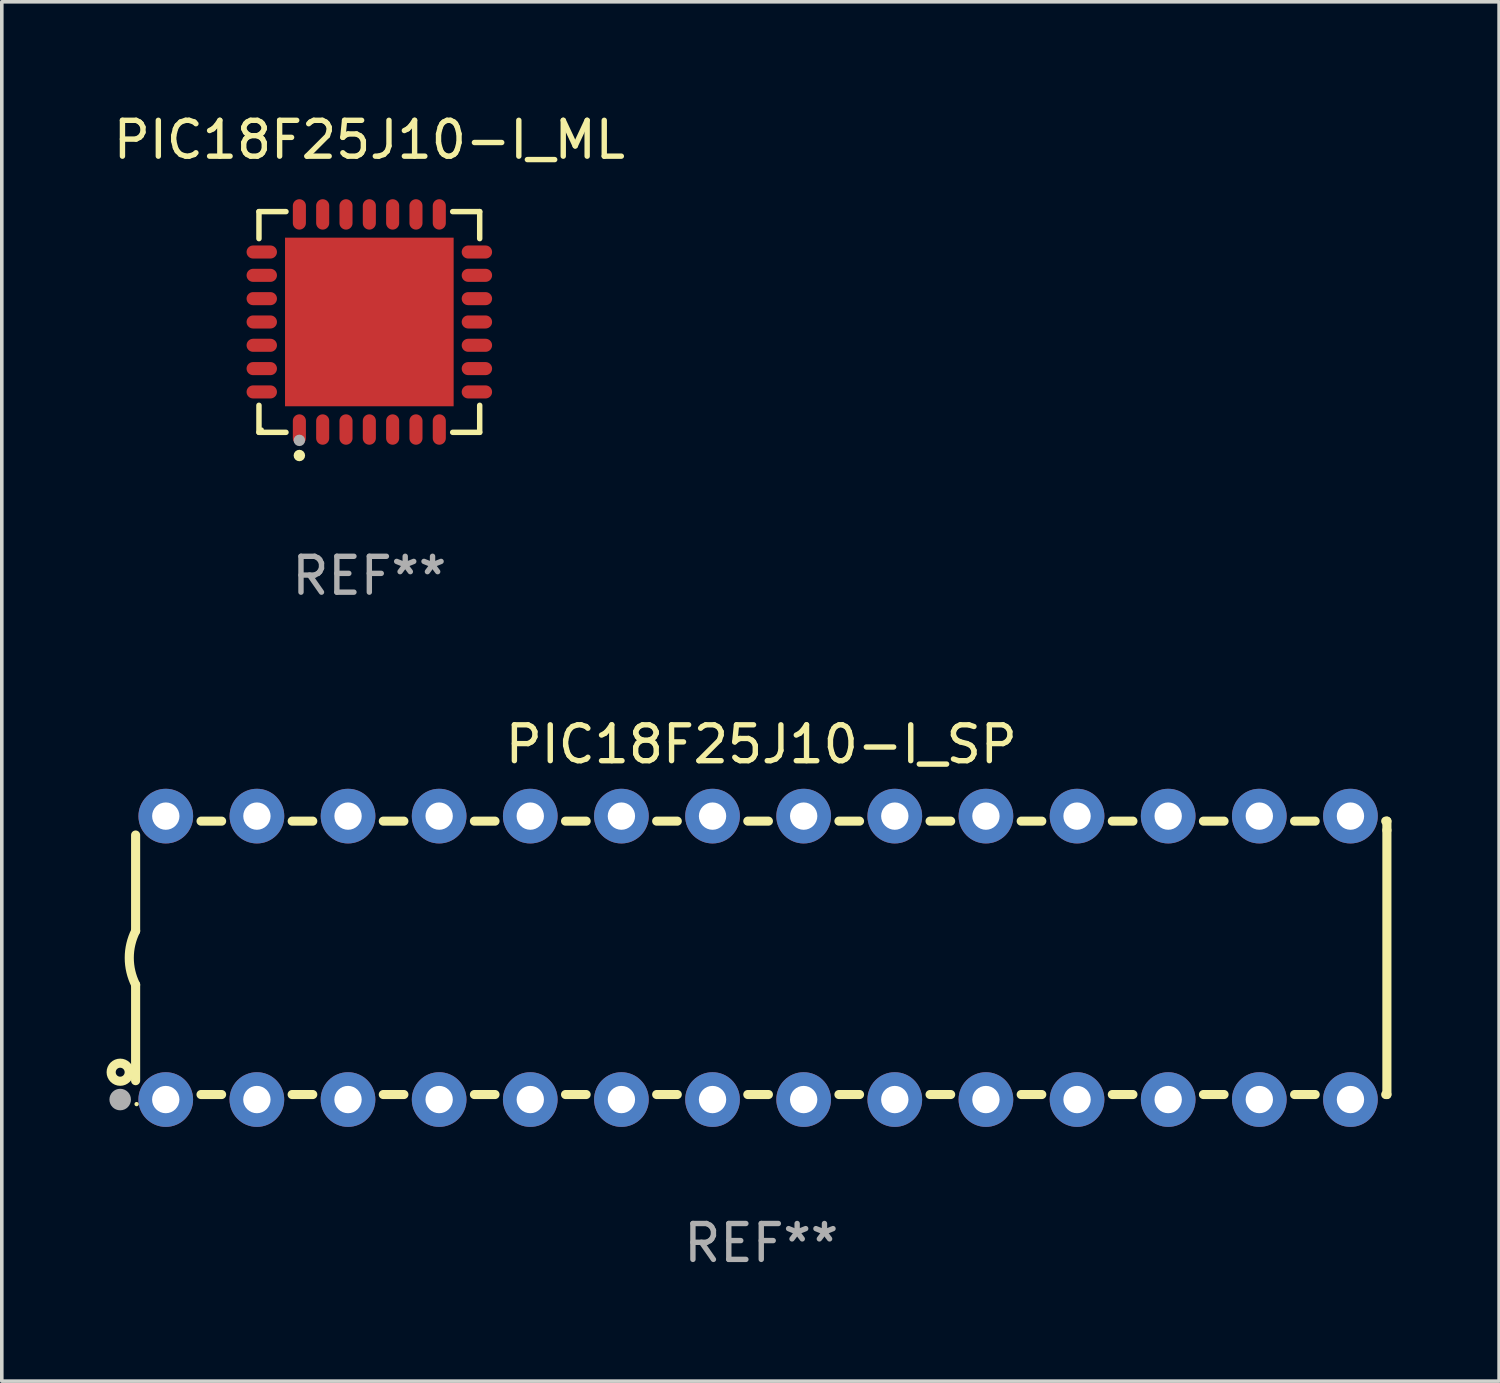
<source format=kicad_pcb>
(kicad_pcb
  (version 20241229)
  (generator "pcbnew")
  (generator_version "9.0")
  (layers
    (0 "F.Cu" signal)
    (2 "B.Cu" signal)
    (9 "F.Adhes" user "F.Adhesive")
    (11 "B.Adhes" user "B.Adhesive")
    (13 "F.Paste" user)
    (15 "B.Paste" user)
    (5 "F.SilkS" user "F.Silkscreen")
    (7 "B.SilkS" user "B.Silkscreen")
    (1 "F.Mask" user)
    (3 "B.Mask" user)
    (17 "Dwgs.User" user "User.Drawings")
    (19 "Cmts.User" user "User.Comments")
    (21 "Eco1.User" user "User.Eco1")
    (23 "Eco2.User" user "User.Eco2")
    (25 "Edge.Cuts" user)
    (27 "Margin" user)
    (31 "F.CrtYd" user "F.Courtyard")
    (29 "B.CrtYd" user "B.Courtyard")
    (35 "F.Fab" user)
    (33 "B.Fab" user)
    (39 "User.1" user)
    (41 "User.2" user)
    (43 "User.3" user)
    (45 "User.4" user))
  (footprint "PIC18F25J10-I_ML"
    (layer "F.Cu")
    (at 7.244 5.924)
    (property "Reference" "PIC18F25J10-I_ML" (at 0 -5.076 0) (layer "F.SilkS") (effects (font (size 1 1) (thickness 0.15))))
    (attr through_hole)
    (fp_line (start -3.076 -3.076) (end -2.323 -3.076) (stroke (width 0.152) (type solid)) (layer "F.SilkS"))
    (fp_line (start -3.076 -2.323) (end -3.076 -3.076) (stroke (width 0.152) (type solid)) (layer "F.SilkS"))
    (fp_line (start -3.076 2.323) (end -3.076 3.076) (stroke (width 0.152) (type solid)) (layer "F.SilkS"))
    (fp_line (start -3.076 3.076) (end -2.323 3.076) (stroke (width 0.152) (type solid)) (layer "F.SilkS"))
    (fp_line (start 3.076 -3.076) (end 2.323 -3.076) (stroke (width 0.152) (type solid)) (layer "F.SilkS"))
    (fp_line (start 3.076 -2.323) (end 3.076 -3.076) (stroke (width 0.152) (type solid)) (layer "F.SilkS"))
    (fp_line (start 3.076 2.323) (end 3.076 3.076) (stroke (width 0.152) (type solid)) (layer "F.SilkS"))
    (fp_line (start 3.076 3.076) (end 2.323 3.076) (stroke (width 0.152) (type solid)) (layer "F.SilkS"))
    (fp_circle (center -3 3) (end -2.97 3) (stroke (width 0.06) (type solid)) (fill no) (layer "F.SilkS"))
    (fp_circle (center -1.95 3.722) (end -1.87 3.722) (stroke (width 0.16) (type solid)) (fill no) (layer "F.SilkS"))
    (fp_circle (center -1.95 3.3) (end -1.87 3.3) (stroke (width 0.16) (type solid)) (fill no) (layer "F.Fab"))
    (fp_text user "REF**" (at 0 7.076 0) (layer "F.Fab") (effects (font (size 1 1) (thickness 0.15))))
    (pad "1" smd oval (at -1.95 2.998) (size 0.364 0.847) (layers "F.Cu" "F.Mask" "F.Paste"))
    (pad "2" smd oval (at -1.3 2.998) (size 0.364 0.847) (layers "F.Cu" "F.Mask" "F.Paste"))
    (pad "3" smd oval (at -0.65 2.998) (size 0.364 0.847) (layers "F.Cu" "F.Mask" "F.Paste"))
    (pad "4" smd oval (at 0 2.998) (size 0.364 0.847) (layers "F.Cu" "F.Mask" "F.Paste"))
    (pad "5" smd oval (at 0.65 2.998) (size 0.364 0.847) (layers "F.Cu" "F.Mask" "F.Paste"))
    (pad "6" smd oval (at 1.3 2.998) (size 0.364 0.847) (layers "F.Cu" "F.Mask" "F.Paste"))
    (pad "7" smd oval (at 1.95 2.998) (size 0.364 0.847) (layers "F.Cu" "F.Mask" "F.Paste"))
    (pad "8" smd oval (at 2.998 1.95) (size 0.847 0.364) (layers "F.Cu" "F.Mask" "F.Paste"))
    (pad "9" smd oval (at 2.998 1.3) (size 0.847 0.364) (layers "F.Cu" "F.Mask" "F.Paste"))
    (pad "10" smd oval (at 2.998 0.65) (size 0.847 0.364) (layers "F.Cu" "F.Mask" "F.Paste"))
    (pad "11" smd oval (at 2.998 0) (size 0.847 0.364) (layers "F.Cu" "F.Mask" "F.Paste"))
    (pad "12" smd oval (at 2.998 -0.65) (size 0.847 0.364) (layers "F.Cu" "F.Mask" "F.Paste"))
    (pad "13" smd oval (at 2.998 -1.3) (size 0.847 0.364) (layers "F.Cu" "F.Mask" "F.Paste"))
    (pad "14" smd oval (at 2.998 -1.95) (size 0.847 0.364) (layers "F.Cu" "F.Mask" "F.Paste"))
    (pad "15" smd oval (at 1.95 -2.998) (size 0.364 0.847) (layers "F.Cu" "F.Mask" "F.Paste"))
    (pad "16" smd oval (at 1.3 -2.998) (size 0.364 0.847) (layers "F.Cu" "F.Mask" "F.Paste"))
    (pad "17" smd oval (at 0.65 -2.998) (size 0.364 0.847) (layers "F.Cu" "F.Mask" "F.Paste"))
    (pad "18" smd oval (at 0 -2.998) (size 0.364 0.847) (layers "F.Cu" "F.Mask" "F.Paste"))
    (pad "19" smd oval (at -0.65 -2.998) (size 0.364 0.847) (layers "F.Cu" "F.Mask" "F.Paste"))
    (pad "20" smd oval (at -1.3 -2.998) (size 0.364 0.847) (layers "F.Cu" "F.Mask" "F.Paste"))
    (pad "21" smd oval (at -1.95 -2.998) (size 0.364 0.847) (layers "F.Cu" "F.Mask" "F.Paste"))
    (pad "22" smd oval (at -2.998 -1.95) (size 0.847 0.364) (layers "F.Cu" "F.Mask" "F.Paste"))
    (pad "23" smd oval (at -2.998 -1.3) (size 0.847 0.364) (layers "F.Cu" "F.Mask" "F.Paste"))
    (pad "24" smd oval (at -2.998 -0.65) (size 0.847 0.364) (layers "F.Cu" "F.Mask" "F.Paste"))
    (pad "25" smd oval (at -2.998 0) (size 0.847 0.364) (layers "F.Cu" "F.Mask" "F.Paste"))
    (pad "26" smd oval (at -2.998 0.65) (size 0.847 0.364) (layers "F.Cu" "F.Mask" "F.Paste"))
    (pad "27" smd oval (at -2.998 1.3) (size 0.847 0.364) (layers "F.Cu" "F.Mask" "F.Paste"))
    (pad "28" smd oval (at -2.998 1.95) (size 0.847 0.364) (layers "F.Cu" "F.Mask" "F.Paste"))
    (pad "29" smd rect (at 0 0) (size 4.7 4.7) (layers "F.Cu" "F.Mask" "F.Paste")))
  (footprint "PIC18F25J10-I_SP"
    (layer "F.Cu")
    (at 18.168 23.647)
    (property "Reference" "PIC18F25J10-I_SP" (at 0 -5.95 0) (layer "F.SilkS") (effects (font (size 1 1) (thickness 0.15))))
    (attr through_hole)
    (fp_line (start -17.438 0.75) (end -17.438 3.423) (stroke (width 0.254) (type solid)) (layer "F.SilkS"))
    (fp_line (start -17.438 -3.423) (end -17.438 -0.75) (stroke (width 0.254) (type solid)) (layer "F.SilkS"))
    (fp_line (start -15.615 3.81) (end -15.041 3.81) (stroke (width 0.254) (type solid)) (layer "F.SilkS"))
    (fp_line (start -15.041 -3.81) (end -15.614 -3.81) (stroke (width 0.254) (type solid)) (layer "F.SilkS"))
    (fp_line (start -13.075 3.81) (end -12.501 3.81) (stroke (width 0.254) (type solid)) (layer "F.SilkS"))
    (fp_line (start -12.501 -3.81) (end -13.074 -3.81) (stroke (width 0.254) (type solid)) (layer "F.SilkS"))
    (fp_line (start -10.535 3.81) (end -9.961 3.81) (stroke (width 0.254) (type solid)) (layer "F.SilkS"))
    (fp_line (start -9.961 -3.81) (end -10.534 -3.81) (stroke (width 0.254) (type solid)) (layer "F.SilkS"))
    (fp_line (start -7.995 3.81) (end -7.421 3.81) (stroke (width 0.254) (type solid)) (layer "F.SilkS"))
    (fp_line (start -7.421 -3.81) (end -7.995 -3.81) (stroke (width 0.254) (type solid)) (layer "F.SilkS"))
    (fp_line (start -5.455 3.81) (end -4.881 3.81) (stroke (width 0.254) (type solid)) (layer "F.SilkS"))
    (fp_line (start -4.881 -3.81) (end -5.455 -3.81) (stroke (width 0.254) (type solid)) (layer "F.SilkS"))
    (fp_line (start -2.915 3.81) (end -2.341 3.81) (stroke (width 0.254) (type solid)) (layer "F.SilkS"))
    (fp_line (start -2.341 -3.81) (end -2.915 -3.81) (stroke (width 0.254) (type solid)) (layer "F.SilkS"))
    (fp_line (start -0.375 3.81) (end 0.199 3.81) (stroke (width 0.254) (type solid)) (layer "F.SilkS"))
    (fp_line (start 0.199 -3.81) (end -0.375 -3.81) (stroke (width 0.254) (type solid)) (layer "F.SilkS"))
    (fp_line (start 2.165 3.81) (end 2.739 3.81) (stroke (width 0.254) (type solid)) (layer "F.SilkS"))
    (fp_line (start 2.739 -3.81) (end 2.165 -3.81) (stroke (width 0.254) (type solid)) (layer "F.SilkS"))
    (fp_line (start 4.705 3.81) (end 5.279 3.81) (stroke (width 0.254) (type solid)) (layer "F.SilkS"))
    (fp_line (start 5.279 -3.81) (end 4.705 -3.81) (stroke (width 0.254) (type solid)) (layer "F.SilkS"))
    (fp_line (start 7.245 3.81) (end 7.819 3.81) (stroke (width 0.254) (type solid)) (layer "F.SilkS"))
    (fp_line (start 7.819 -3.81) (end 7.245 -3.81) (stroke (width 0.254) (type solid)) (layer "F.SilkS"))
    (fp_line (start 9.785 3.81) (end 10.359 3.81) (stroke (width 0.254) (type solid)) (layer "F.SilkS"))
    (fp_line (start 10.359 -3.81) (end 9.785 -3.81) (stroke (width 0.254) (type solid)) (layer "F.SilkS"))
    (fp_line (start 12.325 3.81) (end 12.899 3.81) (stroke (width 0.254) (type solid)) (layer "F.SilkS"))
    (fp_line (start 12.899 -3.81) (end 12.325 -3.81) (stroke (width 0.254) (type solid)) (layer "F.SilkS"))
    (fp_line (start 14.865 3.81) (end 15.439 3.81) (stroke (width 0.254) (type solid)) (layer "F.SilkS"))
    (fp_line (start 15.439 -3.81) (end 14.865 -3.81) (stroke (width 0.254) (type solid)) (layer "F.SilkS"))
    (fp_line (start 17.405 3.81) (end 17.438 3.81) (stroke (width 0.254) (type solid)) (layer "F.SilkS"))
    (fp_line (start 17.438 -3.81) (end 17.405 -3.81) (stroke (width 0.254) (type solid)) (layer "F.SilkS"))
    (fp_line (start 17.438 -3.556) (end 17.438 -3.81) (stroke (width 0.254) (type solid)) (layer "F.SilkS"))
    (fp_line (start 17.438 3.81) (end 17.438 -3.556) (stroke (width 0.254) (type solid)) (layer "F.SilkS"))
    (fp_arc (start -17.437986 0.749657) (mid -17.614887 -0.000024) (end -17.437783 -0.749657) (stroke (width 0.254001) (type solid)) (layer "F.SilkS"))
    (fp_circle (center -17.868 3.188) (end -17.743 3.188) (stroke (width 0.254) (type solid)) (fill no) (layer "F.SilkS"))
    (fp_circle (center -17.411 4.077) (end -17.381 4.077) (stroke (width 0.06) (type solid)) (fill no) (layer "F.SilkS"))
    (fp_circle (center -17.868 3.95) (end -17.718 3.95) (stroke (width 0.3) (type solid)) (fill no) (layer "F.Fab"))
    (fp_text user "REF**" (at 0 7.95 0) (layer "F.Fab") (effects (font (size 1 1) (thickness 0.15))))
    (pad "1" thru_hole circle (at -16.598 3.95) (size 1.524 1.524) (drill 0.762) (layers "*.Cu" "*.Mask"))
    (pad "2" thru_hole circle (at -14.058 3.95) (size 1.524 1.524) (drill 0.762) (layers "*.Cu" "*.Mask"))
    (pad "3" thru_hole circle (at -11.518 3.95) (size 1.524 1.524) (drill 0.762) (layers "*.Cu" "*.Mask"))
    (pad "4" thru_hole circle (at -8.978 3.95) (size 1.524 1.524) (drill 0.762) (layers "*.Cu" "*.Mask"))
    (pad "5" thru_hole circle (at -6.438 3.95) (size 1.524 1.524) (drill 0.762) (layers "*.Cu" "*.Mask"))
    (pad "6" thru_hole circle (at -3.898 3.95) (size 1.524 1.524) (drill 0.762) (layers "*.Cu" "*.Mask"))
    (pad "7" thru_hole circle (at -1.358 3.95) (size 1.524 1.524) (drill 0.762) (layers "*.Cu" "*.Mask"))
    (pad "8" thru_hole circle (at 1.182 3.95) (size 1.524 1.524) (drill 0.762) (layers "*.Cu" "*.Mask"))
    (pad "9" thru_hole circle (at 3.722 3.95) (size 1.524 1.524) (drill 0.762) (layers "*.Cu" "*.Mask"))
    (pad "10" thru_hole circle (at 6.262 3.95) (size 1.524 1.524) (drill 0.762) (layers "*.Cu" "*.Mask"))
    (pad "11" thru_hole circle (at 8.802 3.95) (size 1.524 1.524) (drill 0.762) (layers "*.Cu" "*.Mask"))
    (pad "12" thru_hole circle (at 11.342 3.95) (size 1.524 1.524) (drill 0.762) (layers "*.Cu" "*.Mask"))
    (pad "13" thru_hole circle (at 13.882 3.95) (size 1.524 1.524) (drill 0.762) (layers "*.Cu" "*.Mask"))
    (pad "14" thru_hole circle (at 16.422 3.95) (size 1.524 1.524) (drill 0.762) (layers "*.Cu" "*.Mask"))
    (pad "15" thru_hole circle (at 16.422 -3.95) (size 1.524 1.524) (drill 0.762) (layers "*.Cu" "*.Mask"))
    (pad "16" thru_hole circle (at 13.882 -3.95) (size 1.524 1.524) (drill 0.762) (layers "*.Cu" "*.Mask"))
    (pad "17" thru_hole circle (at 11.342 -3.95) (size 1.524 1.524) (drill 0.762) (layers "*.Cu" "*.Mask"))
    (pad "18" thru_hole circle (at 8.802 -3.95) (size 1.524 1.524) (drill 0.762) (layers "*.Cu" "*.Mask"))
    (pad "19" thru_hole circle (at 6.262 -3.95) (size 1.524 1.524) (drill 0.762) (layers "*.Cu" "*.Mask"))
    (pad "20" thru_hole circle (at 3.722 -3.95) (size 1.524 1.524) (drill 0.762) (layers "*.Cu" "*.Mask"))
    (pad "21" thru_hole circle (at 1.182 -3.95) (size 1.524 1.524) (drill 0.762) (layers "*.Cu" "*.Mask"))
    (pad "22" thru_hole circle (at -1.358 -3.95) (size 1.524 1.524) (drill 0.762) (layers "*.Cu" "*.Mask"))
    (pad "23" thru_hole circle (at -3.898 -3.95) (size 1.524 1.524) (drill 0.762) (layers "*.Cu" "*.Mask"))
    (pad "24" thru_hole circle (at -6.438 -3.95) (size 1.524 1.524) (drill 0.762) (layers "*.Cu" "*.Mask"))
    (pad "25" thru_hole circle (at -8.978 -3.95) (size 1.524 1.524) (drill 0.762) (layers "*.Cu" "*.Mask"))
    (pad "26" thru_hole circle (at -11.517 -3.95) (size 1.524 1.524) (drill 0.762) (layers "*.Cu" "*.Mask"))
    (pad "27" thru_hole circle (at -14.057 -3.95) (size 1.524 1.524) (drill 0.762) (layers "*.Cu" "*.Mask"))
    (pad "28" thru_hole circle (at -16.597 -3.95) (size 1.524 1.524) (drill 0.762) (layers "*.Cu" "*.Mask")))
  (gr_rect
    (start -3 -3)
    (end 38.733 35.445)
    (stroke (width 0.1) (type default))
    (fill no)
    (layer "Edge.Cuts")))
</source>
